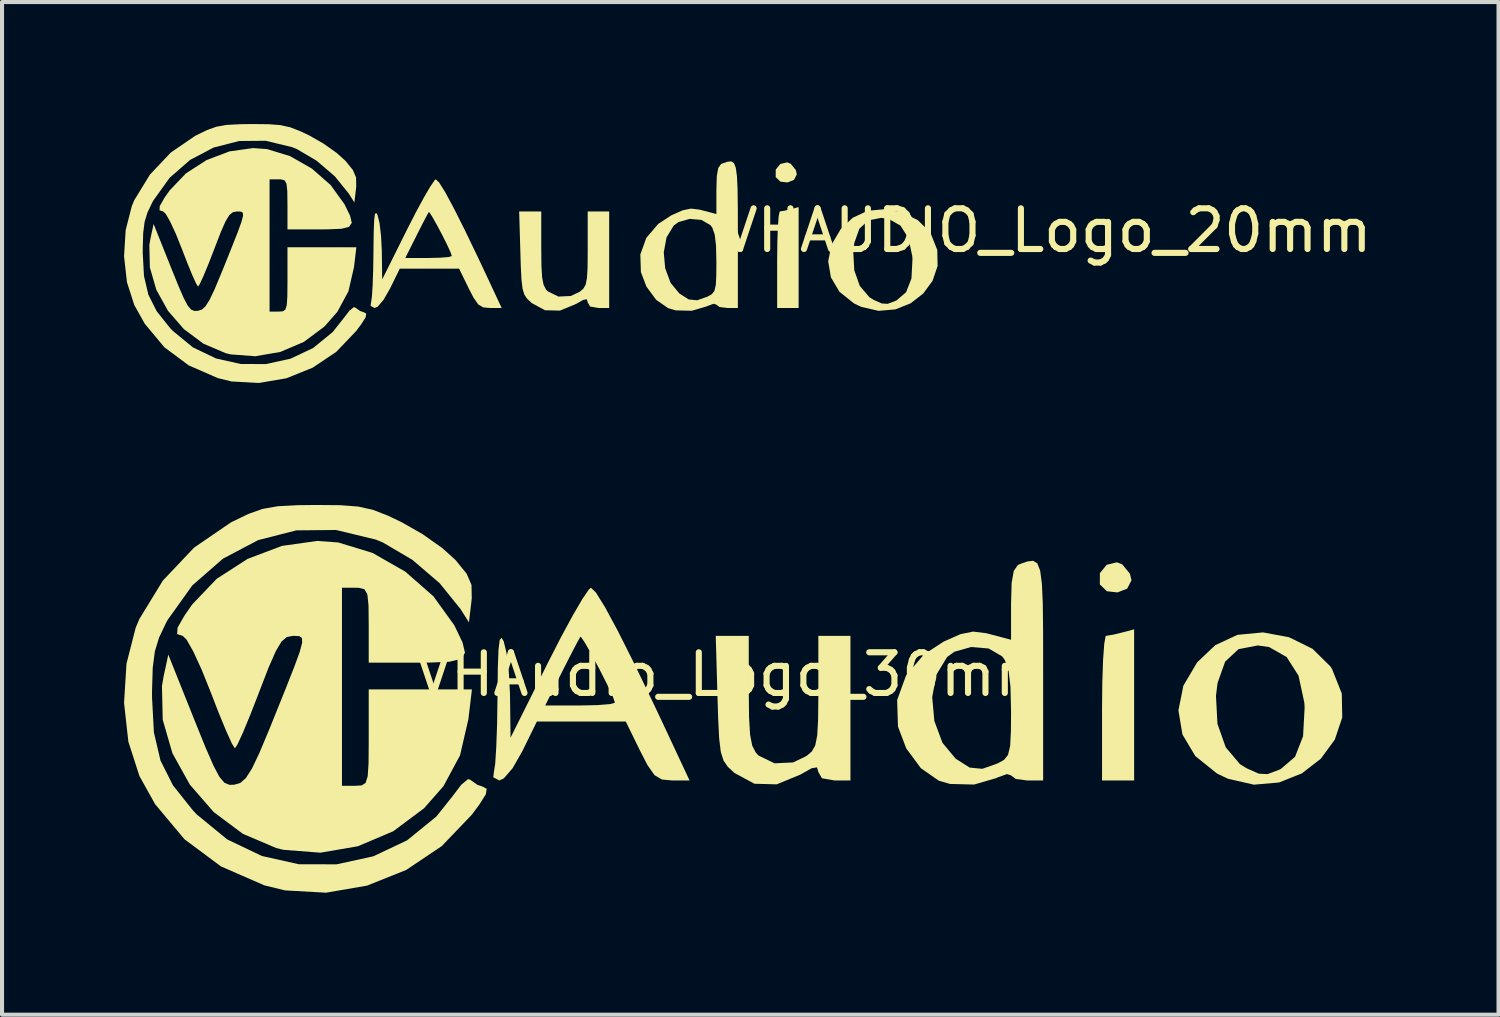
<source format=kicad_pcb>
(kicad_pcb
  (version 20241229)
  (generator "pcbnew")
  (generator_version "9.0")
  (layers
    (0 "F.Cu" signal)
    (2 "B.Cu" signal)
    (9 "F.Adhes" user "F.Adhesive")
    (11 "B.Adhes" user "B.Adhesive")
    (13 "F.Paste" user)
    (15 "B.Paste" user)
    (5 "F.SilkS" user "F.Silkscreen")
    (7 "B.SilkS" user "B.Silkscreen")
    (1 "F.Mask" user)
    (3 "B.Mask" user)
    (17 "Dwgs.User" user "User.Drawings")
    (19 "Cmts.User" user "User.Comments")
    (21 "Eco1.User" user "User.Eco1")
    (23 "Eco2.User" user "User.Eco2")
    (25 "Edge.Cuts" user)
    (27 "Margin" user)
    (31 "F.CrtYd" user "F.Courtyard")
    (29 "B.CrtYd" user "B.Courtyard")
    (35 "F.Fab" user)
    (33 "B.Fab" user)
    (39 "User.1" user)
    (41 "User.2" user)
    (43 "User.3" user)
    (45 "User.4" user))
  (footprint "VHAudio_Logo_30mm"
    (layer "F.Cu")
    (at 14.965 14.033)
    (property "Reference" "VHAudio_Logo_30mm" (at 0 -0.5 0) (unlocked yes) (layer "F.SilkS") (effects (font (size 1 1) (thickness 0.15))))
    (fp_poly (pts (xy 9.577 -3.208) (xy 9.767 -2.976) (xy 9.805 -2.815) (xy 9.7 -2.611) (xy 9.462 -2.517) (xy 9.2 -2.546) (xy 9.027 -2.714) (xy 9.028 -2.991) (xy 9.196 -3.197) (xy 9.446 -3.257)) (stroke (width 0) (type solid)) (fill yes) (layer "F.SilkS"))
    (fp_poly (pts (xy 9.87 2.106) (xy 9.081 2.106) (xy 9.081 0.329) (xy 9.088 -0.321) (xy 9.107 -0.864) (xy 9.135 -1.253) (xy 9.169 -1.44) (xy 9.18 -1.449) (xy 9.374 -1.482) (xy 9.574 -1.531) (xy 9.87 -1.61)) (stroke (width 0) (type solid)) (fill yes) (layer "F.SilkS"))
    (fp_poly (pts (xy 0.395 -0.086) (xy 0.402 0.55) (xy 0.427 0.978) (xy 0.48 1.25) (xy 0.568 1.422) (xy 0.635 1.493) (xy 1.028 1.685) (xy 1.485 1.663) (xy 1.813 1.506) (xy 1.945 1.394) (xy 2.03 1.244) (xy 2.078 1.001) (xy 2.1 0.61) (xy 2.106 0.018) (xy 2.106 -0.073) (xy 2.106 -1.448) (xy 2.895 -1.448) (xy 2.895 2.106) (xy 2.501 2.106) (xy 2.194 2.052) (xy 2.106 1.898) (xy 2.073 1.784) (xy 1.938 1.807) (xy 1.662 1.963) (xy 1.081 2.202) (xy 0.534 2.187) (xy 0.041 1.921) (xy 0.04 1.92) (xy -0.118 1.773) (xy -0.225 1.619) (xy -0.293 1.403) (xy -0.333 1.072) (xy -0.358 0.572) (xy -0.373 0.077) (xy -0.417 -1.448) (xy 0.395 -1.448)) (stroke (width 0) (type solid)) (fill yes) (layer "F.SilkS"))
    (fp_poly (pts (xy 13.68 -1.415) (xy 14.256 -1.131) (xy 14.694 -0.699) (xy 14.736 -0.634) (xy 14.976 -0.031) (xy 14.987 0.558) (xy 14.804 1.102) (xy 14.461 1.571) (xy 13.993 1.933) (xy 13.433 2.156) (xy 12.815 2.21) (xy 12.175 2.064) (xy 11.91 1.937) (xy 11.375 1.508) (xy 11.058 0.976) (xy 10.959 0.384) (xy 11.031 0.025) (xy 11.882 0.025) (xy 11.919 0.715) (xy 12.123 1.293) (xy 12.473 1.706) (xy 12.634 1.806) (xy 12.934 1.939) (xy 13.15 1.951) (xy 13.431 1.845) (xy 13.475 1.825) (xy 13.827 1.524) (xy 14.024 1.018) (xy 14.062 0.316) (xy 14.054 0.188) (xy 13.912 -0.47) (xy 13.62 -0.928) (xy 13.188 -1.174) (xy 12.91 -1.213) (xy 12.437 -1.122) (xy 12.108 -0.816) (xy 11.921 -0.29) (xy 11.882 0.025) (xy 11.031 0.025) (xy 11.08 -0.223) (xy 11.421 -0.8) (xy 11.864 -1.219) (xy 12.409 -1.474) (xy 13.04 -1.534)) (stroke (width 0) (type solid)) (fill yes) (layer "F.SilkS"))
    (fp_poly (pts (xy -3.361 -2.512) (xy -3.139 -2.154) (xy -2.822 -1.566) (xy -2.414 -0.754) (xy -1.918 0.277) (xy -1.63 0.888) (xy -1.061 2.106) (xy -1.49 2.106) (xy -1.741 2.083) (xy -1.923 1.975) (xy -2.096 1.728) (xy -2.274 1.382) (xy -2.629 0.658) (xy -4.815 0.658) (xy -5.17 1.382) (xy -5.41 1.803) (xy -5.627 2.055) (xy -5.738 2.106) (xy -5.887 2.028) (xy -5.871 1.898) (xy -5.839 1.691) (xy -5.813 1.28) (xy -5.793 0.722) (xy -5.783 0.074) (xy -5.782 0.022) (xy -5.775 -0.663) (xy -5.758 -1.112) (xy -5.728 -1.349) (xy -5.684 -1.401) (xy -5.631 -1.316) (xy -5.56 -1.026) (xy -5.505 -0.566) (xy -5.476 -0.03) (xy -5.475 0.034) (xy -5.462 1.054) (xy -5.067 0.263) (xy -4.61 0.263) (xy -3.753 0.263) (xy -3.316 0.253) (xy -3.008 0.228) (xy -2.895 0.194) (xy -2.949 0.039) (xy -3.087 -0.255) (xy -3.271 -0.619) (xy -3.464 -0.982) (xy -3.63 -1.274) (xy -3.731 -1.423) (xy -3.744 -1.428) (xy -3.819 -1.296) (xy -3.978 -0.992) (xy -4.187 -0.581) (xy -4.198 -0.559) (xy -4.61 0.263) (xy -5.067 0.263) (xy -4.543 -0.789) (xy -4.22 -1.42) (xy -3.928 -1.958) (xy -3.692 -2.362) (xy -3.533 -2.593) (xy -3.486 -2.632)) (stroke (width 0) (type solid)) (fill yes) (layer "F.SilkS"))
    (fp_poly (pts (xy 7.49 -3.231) (xy 7.559 -3.055) (xy 7.602 -2.738) (xy 7.624 -2.25) (xy 7.632 -1.56) (xy 7.633 -0.638) (xy 7.633 2.106) (xy 7.238 2.106) (xy 6.961 2.07) (xy 6.844 1.983) (xy 6.844 1.982) (xy 6.745 1.949) (xy 6.504 2.035) (xy 6.482 2.047) (xy 5.936 2.207) (xy 5.343 2.192) (xy 5.067 2.112) (xy 4.626 1.804) (xy 4.267 1.318) (xy 4.064 0.783) (xy 4.043 0.131) (xy 4.069 0.058) (xy 4.905 0.058) (xy 4.958 0.644) (xy 5.158 1.181) (xy 5.483 1.572) (xy 5.827 1.79) (xy 6.137 1.82) (xy 6.508 1.69) (xy 6.671 1.601) (xy 6.77 1.476) (xy 6.822 1.256) (xy 6.841 0.881) (xy 6.844 0.417) (xy 6.83 -0.194) (xy 6.782 -0.599) (xy 6.691 -0.853) (xy 6.626 -0.944) (xy 6.293 -1.138) (xy 5.863 -1.175) (xy 5.45 -1.058) (xy 5.272 -0.929) (xy 5.008 -0.494) (xy 4.905 0.058) (xy 4.069 0.058) (xy 4.262 -0.474) (xy 4.7 -0.99) (xy 5.183 -1.306) (xy 5.6 -1.491) (xy 5.91 -1.554) (xy 6.229 -1.515) (xy 6.335 -1.488) (xy 6.844 -1.353) (xy 6.844 -2.242) (xy 6.858 -2.749) (xy 6.911 -3.047) (xy 7.012 -3.19) (xy 7.052 -3.21) (xy 7.243 -3.278) (xy 7.386 -3.295)) (stroke (width 0) (type solid)) (fill yes) (layer "F.SilkS"))
    (fp_poly (pts (xy -9.649 -4.662) (xy -9.207 -4.628) (xy -8.846 -4.548) (xy -8.474 -4.403) (xy -8.139 -4.243) (xy -7.625 -3.95) (xy -7.141 -3.608) (xy -6.815 -3.314) (xy -6.541 -2.977) (xy -6.422 -2.701) (xy -6.416 -2.376) (xy -6.424 -2.298) (xy -6.485 -1.78) (xy -6.691 -2.107) (xy -7.206 -2.745) (xy -7.876 -3.318) (xy -8.598 -3.743) (xy -8.772 -3.815) (xy -9.75 -4.052) (xy -10.727 -4.043) (xy -11.668 -3.803) (xy -12.533 -3.347) (xy -13.286 -2.69) (xy -13.889 -1.847) (xy -13.928 -1.777) (xy -14.102 -1.412) (xy -14.207 -1.07) (xy -14.26 -0.661) (xy -14.277 -0.099) (xy -14.277 0.066) (xy -14.231 0.925) (xy -14.069 1.617) (xy -13.762 2.227) (xy -13.276 2.837) (xy -13.18 2.94) (xy -12.43 3.555) (xy -11.577 3.963) (xy -10.665 4.167) (xy -9.737 4.168) (xy -8.836 3.971) (xy -8.005 3.578) (xy -7.286 2.993) (xy -6.89 2.496) (xy -6.674 2.212) (xy -6.511 2.076) (xy -6.46 2.085) (xy -6.276 2.215) (xy -6.153 2.255) (xy -6.049 2.311) (xy -6.069 2.445) (xy -6.231 2.702) (xy -6.416 2.95) (xy -7.152 3.719) (xy -8.025 4.305) (xy -8.99 4.692) (xy -10 4.866) (xy -11.009 4.809) (xy -11.516 4.685) (xy -12.583 4.219) (xy -13.479 3.552) (xy -14.201 2.69) (xy -14.587 1.997) (xy -14.859 1.153) (xy -14.965 0.2) (xy -14.905 -0.765) (xy -14.679 -1.649) (xy -14.587 -1.866) (xy -14.01 -2.809) (xy -13.245 -3.617) (xy -12.346 -4.233) (xy -12.31 -4.252) (xy -11.905 -4.448) (xy -11.56 -4.57) (xy -11.187 -4.636) (xy -10.697 -4.662) (xy -10.263 -4.667)) (stroke (width 0) (type solid)) (fill yes) (layer "F.SilkS"))
    (fp_poly (pts (xy -9.7 -3.746) (xy -8.855 -3.488) (xy -8.05 -3.028) (xy -7.357 -2.42) (xy -6.848 -1.714) (xy -6.832 -1.683) (xy -6.643 -1.289) (xy -6.582 -1.032) (xy -6.679 -0.883) (xy -6.967 -0.812) (xy -7.473 -0.791) (xy -7.765 -0.79) (xy -8.949 -0.79) (xy -8.949 -1.711) (xy -8.954 -2.192) (xy -8.982 -2.468) (xy -9.054 -2.595) (xy -9.191 -2.63) (xy -9.278 -2.632) (xy -9.607 -2.632) (xy -9.607 2.237) (xy -9.278 2.237) (xy -9.122 2.228) (xy -9.026 2.166) (xy -8.974 2) (xy -8.953 1.681) (xy -8.949 1.157) (xy -8.949 1.053) (xy -8.949 -0.132) (xy -6.412 -0.132) (xy -6.499 0.602) (xy -6.704 1.489) (xy -7.112 2.248) (xy -7.589 2.79) (xy -8.346 3.355) (xy -9.216 3.724) (xy -10.136 3.882) (xy -11.045 3.812) (xy -11.226 3.767) (xy -12.043 3.419) (xy -12.76 2.884) (xy -13.348 2.208) (xy -13.776 1.436) (xy -14.014 0.613) (xy -14.033 -0.215) (xy -13.993 -0.45) (xy -13.877 -0.987) (xy -13.23 0.631) (xy -12.964 1.289) (xy -12.768 1.738) (xy -12.621 2.017) (xy -12.497 2.163) (xy -12.374 2.214) (xy -12.255 2.211) (xy -12.106 2.167) (xy -11.97 2.048) (xy -11.82 1.813) (xy -11.635 1.424) (xy -11.39 0.84) (xy -11.297 0.609) (xy -10.994 -0.144) (xy -10.78 -0.687) (xy -10.646 -1.053) (xy -10.586 -1.278) (xy -10.59 -1.396) (xy -10.651 -1.441) (xy -10.761 -1.448) (xy -10.817 -1.448) (xy -10.963 -1.42) (xy -11.093 -1.31) (xy -11.233 -1.075) (xy -11.409 -0.675) (xy -11.644 -0.067) (xy -11.644 -0.066) (xy -11.858 0.485) (xy -12.043 0.932) (xy -12.178 1.225) (xy -12.239 1.316) (xy -12.313 1.201) (xy -12.455 0.887) (xy -12.645 0.426) (xy -12.835 -0.066) (xy -13.057 -0.618) (xy -13.263 -1.066) (xy -13.429 -1.358) (xy -13.521 -1.448) (xy -13.66 -1.493) (xy -13.649 -1.65) (xy -13.478 -1.95) (xy -13.287 -2.224) (xy -12.687 -2.852) (xy -11.929 -3.341) (xy -11.082 -3.661) (xy -10.217 -3.783)) (stroke (width 0) (type solid)) (fill yes) (layer "F.SilkS")))
  (footprint "VHAUDIO_Logo_20mm"
    (layer "F.Cu")
    (at 22.694 3.117)
    (property "Reference" "VHAUDIO_Logo_20mm" (at 0 -0.5 0) (unlocked yes) (layer "F.SilkS") (effects (font (size 1 1) (thickness 0.15))))
    (fp_poly (pts (xy -6.304 -2.142) (xy -6.177 -1.987) (xy -6.152 -1.88) (xy -6.222 -1.744) (xy -6.381 -1.681) (xy -6.556 -1.701) (xy -6.672 -1.813) (xy -6.671 -1.998) (xy -6.559 -2.135) (xy -6.391 -2.175)) (stroke (width 0) (type solid)) (fill yes) (layer "F.SilkS"))
    (fp_poly (pts (xy -6.108 1.406) (xy -6.636 1.406) (xy -6.636 0.22) (xy -6.631 -0.214) (xy -6.618 -0.577) (xy -6.6 -0.837) (xy -6.576 -0.962) (xy -6.57 -0.968) (xy -6.44 -0.99) (xy -6.306 -1.022) (xy -6.108 -1.075)) (stroke (width 0) (type solid)) (fill yes) (layer "F.SilkS"))
    (fp_poly (pts (xy -12.436 -0.058) (xy -12.432 0.367) (xy -12.415 0.653) (xy -12.379 0.835) (xy -12.32 0.95) (xy -12.276 0.997) (xy -12.013 1.125) (xy -11.708 1.11) (xy -11.489 1.006) (xy -11.401 0.931) (xy -11.344 0.831) (xy -11.312 0.668) (xy -11.297 0.408) (xy -11.294 0.012) (xy -11.294 -0.049) (xy -11.294 -0.967) (xy -10.766 -0.967) (xy -10.766 1.406) (xy -11.03 1.406) (xy -11.235 1.37) (xy -11.294 1.267) (xy -11.315 1.191) (xy -11.406 1.207) (xy -11.59 1.311) (xy -11.978 1.47) (xy -12.344 1.461) (xy -12.673 1.283) (xy -12.673 1.282) (xy -12.779 1.184) (xy -12.85 1.081) (xy -12.895 0.937) (xy -12.922 0.716) (xy -12.939 0.382) (xy -12.949 0.052) (xy -12.979 -0.967) (xy -12.436 -0.967)) (stroke (width 0) (type solid)) (fill yes) (layer "F.SilkS"))
    (fp_poly (pts (xy -3.564 -0.945) (xy -3.179 -0.755) (xy -2.887 -0.467) (xy -2.859 -0.423) (xy -2.699 -0.021) (xy -2.691 0.373) (xy -2.814 0.736) (xy -3.043 1.049) (xy -3.355 1.291) (xy -3.729 1.44) (xy -4.142 1.476) (xy -4.569 1.378) (xy -4.746 1.294) (xy -5.104 1.007) (xy -5.315 0.651) (xy -5.381 0.256) (xy -5.333 0.017) (xy -4.765 0.017) (xy -4.74 0.478) (xy -4.604 0.863) (xy -4.37 1.139) (xy -4.263 1.206) (xy -4.063 1.295) (xy -3.918 1.303) (xy -3.731 1.232) (xy -3.701 1.219) (xy -3.466 1.018) (xy -3.334 0.68) (xy -3.309 0.211) (xy -3.315 0.126) (xy -3.409 -0.314) (xy -3.604 -0.62) (xy -3.893 -0.784) (xy -4.078 -0.81) (xy -4.394 -0.749) (xy -4.614 -0.545) (xy -4.739 -0.194) (xy -4.765 0.017) (xy -5.333 0.017) (xy -5.3 -0.149) (xy -5.073 -0.534) (xy -4.777 -0.814) (xy -4.413 -0.984) (xy -3.992 -1.024)) (stroke (width 0) (type solid)) (fill yes) (layer "F.SilkS"))
    (fp_poly (pts (xy -14.945 -1.677) (xy -14.796 -1.439) (xy -14.585 -1.046) (xy -14.312 -0.503) (xy -13.981 0.185) (xy -13.789 0.593) (xy -13.409 1.406) (xy -13.695 1.406) (xy -13.863 1.391) (xy -13.984 1.319) (xy -14.1 1.154) (xy -14.219 0.923) (xy -14.456 0.439) (xy -15.915 0.439) (xy -16.152 0.923) (xy -16.313 1.204) (xy -16.458 1.373) (xy -16.532 1.406) (xy -16.632 1.354) (xy -16.62 1.267) (xy -16.6 1.13) (xy -16.582 0.855) (xy -16.569 0.482) (xy -16.562 0.05) (xy -16.562 0.015) (xy -16.556 -0.443) (xy -16.545 -0.743) (xy -16.526 -0.901) (xy -16.496 -0.935) (xy -16.461 -0.879) (xy -16.413 -0.685) (xy -16.376 -0.378) (xy -16.357 -0.02) (xy -16.356 0.022) (xy -16.347 0.704) (xy -16.084 0.176) (xy -15.779 0.176) (xy -15.206 0.176) (xy -14.915 0.169) (xy -14.709 0.152) (xy -14.634 0.129) (xy -14.67 0.026) (xy -14.761 -0.17) (xy -14.884 -0.414) (xy -15.013 -0.656) (xy -15.124 -0.851) (xy -15.191 -0.95) (xy -15.2 -0.954) (xy -15.251 -0.865) (xy -15.357 -0.663) (xy -15.496 -0.388) (xy -15.503 -0.374) (xy -15.779 0.176) (xy -16.084 0.176) (xy -15.734 -0.527) (xy -15.518 -0.948) (xy -15.324 -1.307) (xy -15.166 -1.577) (xy -15.06 -1.732) (xy -15.028 -1.758)) (stroke (width 0) (type solid)) (fill yes) (layer "F.SilkS"))
    (fp_poly (pts (xy -7.698 -2.157) (xy -7.652 -2.04) (xy -7.624 -1.829) (xy -7.609 -1.503) (xy -7.603 -1.042) (xy -7.602 -0.426) (xy -7.602 -0.396) (xy -7.602 1.406) (xy -7.866 1.406) (xy -8.051 1.382) (xy -8.13 1.325) (xy -8.13 1.324) (xy -8.196 1.301) (xy -8.356 1.359) (xy -8.371 1.367) (xy -8.736 1.474) (xy -9.132 1.464) (xy -9.316 1.41) (xy -9.611 1.205) (xy -9.85 0.88) (xy -9.986 0.523) (xy -10 0.087) (xy -9.982 0.039) (xy -9.424 0.039) (xy -9.389 0.43) (xy -9.255 0.789) (xy -9.039 1.05) (xy -8.809 1.196) (xy -8.602 1.216) (xy -8.354 1.128) (xy -8.245 1.069) (xy -8.179 0.986) (xy -8.144 0.839) (xy -8.132 0.588) (xy -8.13 0.278) (xy -8.139 -0.129) (xy -8.171 -0.4) (xy -8.231 -0.57) (xy -8.275 -0.63) (xy -8.498 -0.76) (xy -8.785 -0.785) (xy -9.061 -0.707) (xy -9.18 -0.62) (xy -9.356 -0.33) (xy -9.424 0.039) (xy -9.982 0.039) (xy -9.854 -0.317) (xy -9.561 -0.661) (xy -9.239 -0.872) (xy -8.96 -0.996) (xy -8.753 -1.038) (xy -8.54 -1.012) (xy -8.47 -0.994) (xy -8.13 -0.903) (xy -8.13 -1.497) (xy -8.12 -1.836) (xy -8.085 -2.035) (xy -8.017 -2.131) (xy -7.991 -2.144) (xy -7.863 -2.189) (xy -7.767 -2.2)) (stroke (width 0) (type solid)) (fill yes) (layer "F.SilkS"))
    (fp_poly (pts (xy -19.144 -3.113) (xy -18.849 -3.091) (xy -18.608 -3.037) (xy -18.359 -2.94) (xy -18.135 -2.834) (xy -17.792 -2.638) (xy -17.469 -2.409) (xy -17.251 -2.213) (xy -17.068 -1.988) (xy -16.989 -1.804) (xy -16.985 -1.587) (xy -16.99 -1.534) (xy -17.031 -1.189) (xy -17.168 -1.407) (xy -17.513 -1.833) (xy -17.96 -2.216) (xy -18.442 -2.5) (xy -18.558 -2.548) (xy -19.211 -2.706) (xy -19.864 -2.7) (xy -20.492 -2.539) (xy -21.07 -2.235) (xy -21.573 -1.796) (xy -21.976 -1.234) (xy -22.001 -1.187) (xy -22.118 -0.943) (xy -22.188 -0.715) (xy -22.223 -0.442) (xy -22.234 -0.066) (xy -22.235 0.044) (xy -22.204 0.618) (xy -22.096 1.08) (xy -21.89 1.487) (xy -21.566 1.894) (xy -21.502 1.963) (xy -21.001 2.374) (xy -20.431 2.647) (xy -19.823 2.783) (xy -19.203 2.784) (xy -18.601 2.652) (xy -18.046 2.39) (xy -17.566 1.999) (xy -17.302 1.667) (xy -17.157 1.478) (xy -17.048 1.386) (xy -17.014 1.392) (xy -16.891 1.479) (xy -16.809 1.506) (xy -16.739 1.544) (xy -16.753 1.633) (xy -16.861 1.804) (xy -16.985 1.97) (xy -17.476 2.484) (xy -18.059 2.875) (xy -18.704 3.134) (xy -19.378 3.249) (xy -20.052 3.212) (xy -20.39 3.129) (xy -21.103 2.817) (xy -21.702 2.372) (xy -22.183 1.796) (xy -22.442 1.334) (xy -22.623 0.77) (xy -22.694 0.134) (xy -22.654 -0.511) (xy -22.503 -1.101) (xy -22.442 -1.246) (xy -22.056 -1.876) (xy -21.545 -2.416) (xy -20.945 -2.827) (xy -20.921 -2.839) (xy -20.65 -2.971) (xy -20.42 -3.052) (xy -20.171 -3.096) (xy -19.844 -3.113) (xy -19.554 -3.117)) (stroke (width 0) (type solid)) (fill yes) (layer "F.SilkS"))
    (fp_poly (pts (xy -19.178 -2.501) (xy -18.614 -2.329) (xy -18.076 -2.022) (xy -17.613 -1.616) (xy -17.273 -1.144) (xy -17.263 -1.124) (xy -17.136 -0.861) (xy -17.095 -0.689) (xy -17.161 -0.589) (xy -17.352 -0.542) (xy -17.691 -0.528) (xy -17.885 -0.527) (xy -18.676 -0.527) (xy -18.676 -1.143) (xy -18.68 -1.464) (xy -18.699 -1.648) (xy -18.747 -1.733) (xy -18.838 -1.757) (xy -18.896 -1.758) (xy -19.116 -1.758) (xy -19.116 1.494) (xy -18.896 1.494) (xy -18.792 1.488) (xy -18.728 1.446) (xy -18.693 1.336) (xy -18.679 1.123) (xy -18.676 0.773) (xy -18.676 0.703) (xy -18.676 -0.088) (xy -16.982 -0.088) (xy -17.04 0.402) (xy -17.177 0.995) (xy -17.45 1.501) (xy -17.768 1.863) (xy -18.274 2.24) (xy -18.855 2.487) (xy -19.469 2.592) (xy -20.076 2.546) (xy -20.197 2.516) (xy -20.743 2.283) (xy -21.222 1.926) (xy -21.614 1.475) (xy -21.9 0.959) (xy -22.059 0.409) (xy -22.072 -0.144) (xy -22.045 -0.301) (xy -21.967 -0.659) (xy -21.535 0.422) (xy -21.357 0.861) (xy -21.227 1.161) (xy -21.128 1.347) (xy -21.046 1.444) (xy -20.964 1.478) (xy -20.884 1.476) (xy -20.785 1.447) (xy -20.694 1.367) (xy -20.594 1.211) (xy -20.47 0.951) (xy -20.307 0.561) (xy -20.244 0.407) (xy -20.042 -0.096) (xy -19.899 -0.459) (xy -19.81 -0.703) (xy -19.769 -0.854) (xy -19.772 -0.933) (xy -19.813 -0.963) (xy -19.887 -0.967) (xy -19.924 -0.967) (xy -20.021 -0.948) (xy -20.108 -0.875) (xy -20.202 -0.718) (xy -20.319 -0.451) (xy -20.476 -0.044) (xy -20.476 -0.044) (xy -20.619 0.324) (xy -20.743 0.623) (xy -20.833 0.818) (xy -20.874 0.879) (xy -20.923 0.802) (xy -21.018 0.593) (xy -21.144 0.285) (xy -21.271 -0.044) (xy -21.419 -0.413) (xy -21.557 -0.712) (xy -21.668 -0.907) (xy -21.73 -0.967) (xy -21.822 -0.997) (xy -21.815 -1.102) (xy -21.701 -1.303) (xy -21.573 -1.485) (xy -21.172 -1.905) (xy -20.666 -2.231) (xy -20.101 -2.445) (xy -19.523 -2.526)) (stroke (width 0) (type solid)) (fill yes) (layer "F.SilkS")))
  (gr_rect
    (start -3 -3)
    (end 33.795 21.899)
    (stroke (width 0.1) (type default))
    (fill no)
    (layer "Edge.Cuts")))
</source>
